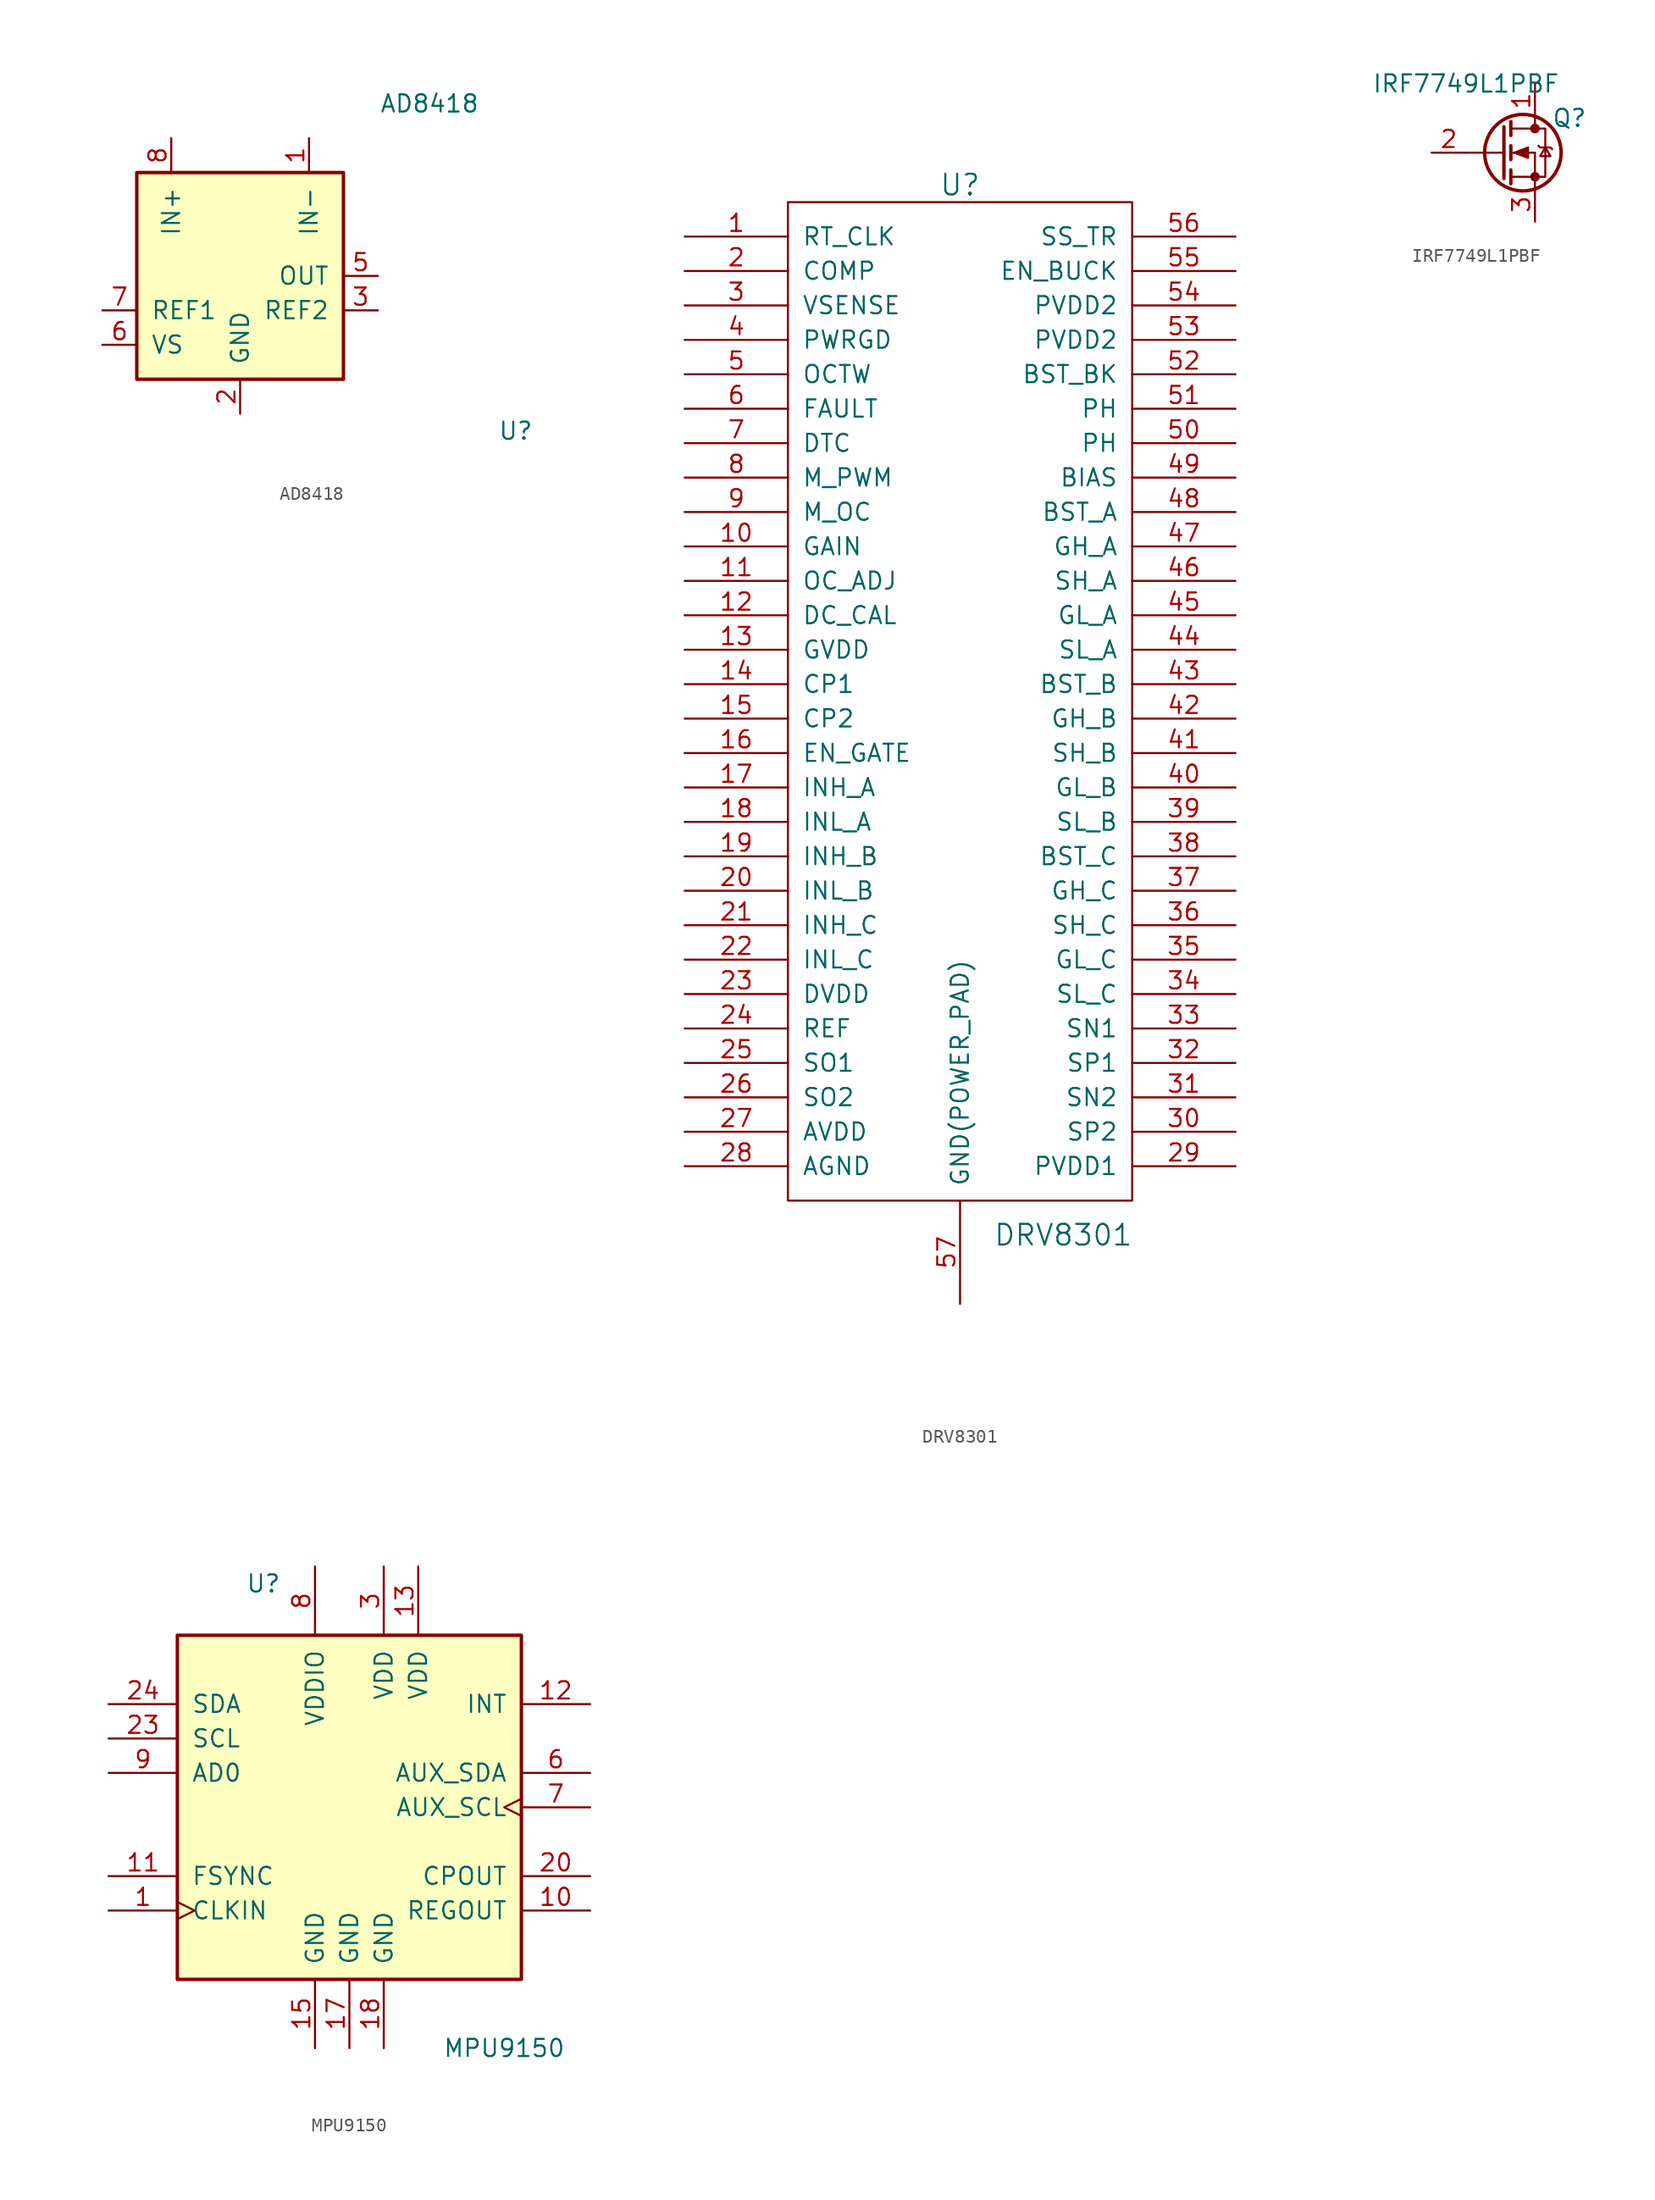
<source format=kicad_sym>
(kicad_symbol_lib
  (version 20231120)
  (generator "kicad_symbol_editor")
  (generator_version "8.0")
  (symbol "AD8418"
    (pin_names
      (offset 1.016))
    (property "Reference" "U"
      (at 20.32 -12.7 0)
      (effects (font (size 1.27 1.27))))
    (property "Value" "AD8418"
      (at 13.97 11.43 0)
      (effects (font (size 1.27 1.27))))
    (symbol "AD8418_1_1"
      (rectangle (start -7.62 6.35) (end 7.62 -8.89) (stroke (width 0.254) (type solid)) (fill (type background)))
      (pin input line (at 5.08 8.89 270) (length 2.54) (name "IN-" (effects (font (size 1.27 1.27)))) (number "1" (effects (font (size 1.27 1.27)))))
      (pin power_in line (at 0 -11.43 90) (length 2.54) (name "GND" (effects (font (size 1.27 1.27)))) (number "2" (effects (font (size 1.27 1.27)))))
      (pin input line (at 10.16 -3.81 180) (length 2.54) (name "REF2" (effects (font (size 1.27 1.27)))) (number "3" (effects (font (size 1.27 1.27)))))
      (pin no_connect line (at 2.54 -8.89 90) (length 2.54) hide (name "NC" (effects (font (size 1.27 1.27)))) (number "4" (effects (font (size 1.27 1.27)))))
      (pin output line (at 10.16 -1.27 180) (length 2.54) (name "OUT" (effects (font (size 1.27 1.27)))) (number "5" (effects (font (size 1.27 1.27)))))
      (pin power_in line (at -10.16 -6.35 0) (length 2.54) (name "VS" (effects (font (size 1.27 1.27)))) (number "6" (effects (font (size 1.27 1.27)))))
      (pin input line (at -10.16 -3.81 0) (length 2.54) (name "REF1" (effects (font (size 1.27 1.27)))) (number "7" (effects (font (size 1.27 1.27)))))
      (pin input line (at -5.08 8.89 270) (length 2.54) (name "IN+" (effects (font (size 1.27 1.27)))) (number "8" (effects (font (size 1.27 1.27)))))))
  (symbol "DRV8301"
    (pin_names
      (offset 1.016))
    (property "Reference" "U"
      (at 0 38.1 0)
      (effects (font (size 1.524 1.524))))
    (property "Value" "DRV8301"
      (at 7.62 -39.37 0)
      (effects (font (size 1.524 1.524))))
    (property "Footprint" ""
      (at 0 0 0)
      (effects (font (size 1.524 1.524))))
    (property "Datasheet" ""
      (at 0 0 0)
      (effects (font (size 1.524 1.524))))
    (symbol "DRV8301_0_1"
      (rectangle (start 12.7 -36.83) (end -12.7 36.83) (stroke (width 0) (type solid)) (fill (type none))))
    (symbol "DRV8301_1_0"
      (pin passive line (at 20.32 21.59 180) (length 7.62) (name "PH" (effects (font (size 1.27 1.27)))) (number "51" (effects (font (size 1.27 1.27))))))
    (symbol "DRV8301_1_1"
      (pin input line (at -20.32 34.29 0) (length 7.62) (name "RT_CLK" (effects (font (size 1.27 1.27)))) (number "1" (effects (font (size 1.27 1.27)))))
      (pin input line (at -20.32 11.43 0) (length 7.62) (name "GAIN" (effects (font (size 1.27 1.27)))) (number "10" (effects (font (size 1.27 1.27)))))
      (pin input line (at -20.32 8.89 0) (length 7.62) (name "OC_ADJ" (effects (font (size 1.27 1.27)))) (number "11" (effects (font (size 1.27 1.27)))))
      (pin input line (at -20.32 6.35 0) (length 7.62) (name "DC_CAL" (effects (font (size 1.27 1.27)))) (number "12" (effects (font (size 1.27 1.27)))))
      (pin power_out line (at -20.32 3.81 0) (length 7.62) (name "GVDD" (effects (font (size 1.27 1.27)))) (number "13" (effects (font (size 1.27 1.27)))))
      (pin power_out line (at -20.32 1.27 0) (length 7.62) (name "CP1" (effects (font (size 1.27 1.27)))) (number "14" (effects (font (size 1.27 1.27)))))
      (pin power_out line (at -20.32 -1.27 0) (length 7.62) (name "CP2" (effects (font (size 1.27 1.27)))) (number "15" (effects (font (size 1.27 1.27)))))
      (pin input line (at -20.32 -3.81 0) (length 7.62) (name "EN_GATE" (effects (font (size 1.27 1.27)))) (number "16" (effects (font (size 1.27 1.27)))))
      (pin input line (at -20.32 -6.35 0) (length 7.62) (name "INH_A" (effects (font (size 1.27 1.27)))) (number "17" (effects (font (size 1.27 1.27)))))
      (pin input line (at -20.32 -8.89 0) (length 7.62) (name "INL_A" (effects (font (size 1.27 1.27)))) (number "18" (effects (font (size 1.27 1.27)))))
      (pin input line (at -20.32 -11.43 0) (length 7.62) (name "INH_B" (effects (font (size 1.27 1.27)))) (number "19" (effects (font (size 1.27 1.27)))))
      (pin output line (at -20.32 31.75 0) (length 7.62) (name "COMP" (effects (font (size 1.27 1.27)))) (number "2" (effects (font (size 1.27 1.27)))))
      (pin input line (at -20.32 -13.97 0) (length 7.62) (name "INL_B" (effects (font (size 1.27 1.27)))) (number "20" (effects (font (size 1.27 1.27)))))
      (pin input line (at -20.32 -16.51 0) (length 7.62) (name "INH_C" (effects (font (size 1.27 1.27)))) (number "21" (effects (font (size 1.27 1.27)))))
      (pin input line (at -20.32 -19.05 0) (length 7.62) (name "INL_C" (effects (font (size 1.27 1.27)))) (number "22" (effects (font (size 1.27 1.27)))))
      (pin power_out line (at -20.32 -21.59 0) (length 7.62) (name "DVDD" (effects (font (size 1.27 1.27)))) (number "23" (effects (font (size 1.27 1.27)))))
      (pin input line (at -20.32 -24.13 0) (length 7.62) (name "REF" (effects (font (size 1.27 1.27)))) (number "24" (effects (font (size 1.27 1.27)))))
      (pin output line (at -20.32 -26.67 0) (length 7.62) (name "SO1" (effects (font (size 1.27 1.27)))) (number "25" (effects (font (size 1.27 1.27)))))
      (pin output line (at -20.32 -29.21 0) (length 7.62) (name "SO2" (effects (font (size 1.27 1.27)))) (number "26" (effects (font (size 1.27 1.27)))))
      (pin power_out line (at -20.32 -31.75 0) (length 7.62) (name "AVDD" (effects (font (size 1.27 1.27)))) (number "27" (effects (font (size 1.27 1.27)))))
      (pin power_in line (at -20.32 -34.29 0) (length 7.62) (name "AGND" (effects (font (size 1.27 1.27)))) (number "28" (effects (font (size 1.27 1.27)))))
      (pin power_in line (at 20.32 -34.29 180) (length 7.62) (name "PVDD1" (effects (font (size 1.27 1.27)))) (number "29" (effects (font (size 1.27 1.27)))))
      (pin input line (at -20.32 29.21 0) (length 7.62) (name "VSENSE" (effects (font (size 1.27 1.27)))) (number "3" (effects (font (size 1.27 1.27)))))
      (pin input line (at 20.32 -31.75 180) (length 7.62) (name "SP2" (effects (font (size 1.27 1.27)))) (number "30" (effects (font (size 1.27 1.27)))))
      (pin input line (at 20.32 -29.21 180) (length 7.62) (name "SN2" (effects (font (size 1.27 1.27)))) (number "31" (effects (font (size 1.27 1.27)))))
      (pin input line (at 20.32 -26.67 180) (length 7.62) (name "SP1" (effects (font (size 1.27 1.27)))) (number "32" (effects (font (size 1.27 1.27)))))
      (pin input line (at 20.32 -24.13 180) (length 7.62) (name "SN1" (effects (font (size 1.27 1.27)))) (number "33" (effects (font (size 1.27 1.27)))))
      (pin input line (at 20.32 -21.59 180) (length 7.62) (name "SL_C" (effects (font (size 1.27 1.27)))) (number "34" (effects (font (size 1.27 1.27)))))
      (pin output line (at 20.32 -19.05 180) (length 7.62) (name "GL_C" (effects (font (size 1.27 1.27)))) (number "35" (effects (font (size 1.27 1.27)))))
      (pin input line (at 20.32 -16.51 180) (length 7.62) (name "SH_C" (effects (font (size 1.27 1.27)))) (number "36" (effects (font (size 1.27 1.27)))))
      (pin output line (at 20.32 -13.97 180) (length 7.62) (name "GH_C" (effects (font (size 1.27 1.27)))) (number "37" (effects (font (size 1.27 1.27)))))
      (pin power_out line (at 20.32 -11.43 180) (length 7.62) (name "BST_C" (effects (font (size 1.27 1.27)))) (number "38" (effects (font (size 1.27 1.27)))))
      (pin input line (at 20.32 -8.89 180) (length 7.62) (name "SL_B" (effects (font (size 1.27 1.27)))) (number "39" (effects (font (size 1.27 1.27)))))
      (pin input line (at -20.32 26.67 0) (length 7.62) (name "PWRGD" (effects (font (size 1.27 1.27)))) (number "4" (effects (font (size 1.27 1.27)))))
      (pin output line (at 20.32 -6.35 180) (length 7.62) (name "GL_B" (effects (font (size 1.27 1.27)))) (number "40" (effects (font (size 1.27 1.27)))))
      (pin input line (at 20.32 -3.81 180) (length 7.62) (name "SH_B" (effects (font (size 1.27 1.27)))) (number "41" (effects (font (size 1.27 1.27)))))
      (pin output line (at 20.32 -1.27 180) (length 7.62) (name "GH_B" (effects (font (size 1.27 1.27)))) (number "42" (effects (font (size 1.27 1.27)))))
      (pin power_out line (at 20.32 1.27 180) (length 7.62) (name "BST_B" (effects (font (size 1.27 1.27)))) (number "43" (effects (font (size 1.27 1.27)))))
      (pin input line (at 20.32 3.81 180) (length 7.62) (name "SL_A" (effects (font (size 1.27 1.27)))) (number "44" (effects (font (size 1.27 1.27)))))
      (pin output line (at 20.32 6.35 180) (length 7.62) (name "GL_A" (effects (font (size 1.27 1.27)))) (number "45" (effects (font (size 1.27 1.27)))))
      (pin input line (at 20.32 8.89 180) (length 7.62) (name "SH_A" (effects (font (size 1.27 1.27)))) (number "46" (effects (font (size 1.27 1.27)))))
      (pin output line (at 20.32 11.43 180) (length 7.62) (name "GH_A" (effects (font (size 1.27 1.27)))) (number "47" (effects (font (size 1.27 1.27)))))
      (pin power_out line (at 20.32 13.97 180) (length 7.62) (name "BST_A" (effects (font (size 1.27 1.27)))) (number "48" (effects (font (size 1.27 1.27)))))
      (pin input line (at 20.32 16.51 180) (length 7.62) (name "BIAS" (effects (font (size 1.27 1.27)))) (number "49" (effects (font (size 1.27 1.27)))))
      (pin output line (at -20.32 24.13 0) (length 7.62) (name "OCTW" (effects (font (size 1.27 1.27)))) (number "5" (effects (font (size 1.27 1.27)))))
      (pin output line (at 20.32 19.05 180) (length 7.62) (name "PH" (effects (font (size 1.27 1.27)))) (number "50" (effects (font (size 1.27 1.27)))))
      (pin power_out line (at 20.32 24.13 180) (length 7.62) (name "BST_BK" (effects (font (size 1.27 1.27)))) (number "52" (effects (font (size 1.27 1.27)))))
      (pin power_in line (at 20.32 26.67 180) (length 7.62) (name "PVDD2" (effects (font (size 1.27 1.27)))) (number "53" (effects (font (size 1.27 1.27)))))
      (pin power_in line (at 20.32 29.21 180) (length 7.62) (name "PVDD2" (effects (font (size 1.27 1.27)))) (number "54" (effects (font (size 1.27 1.27)))))
      (pin input line (at 20.32 31.75 180) (length 7.62) (name "EN_BUCK" (effects (font (size 1.27 1.27)))) (number "55" (effects (font (size 1.27 1.27)))))
      (pin input line (at 20.32 34.29 180) (length 7.62) (name "SS_TR" (effects (font (size 1.27 1.27)))) (number "56" (effects (font (size 1.27 1.27)))))
      (pin power_in line (at 0 -44.45 90) (length 7.62) (name "GND(POWER_PAD)" (effects (font (size 1.27 1.27)))) (number "57" (effects (font (size 1.27 1.27)))))
      (pin output line (at -20.32 21.59 0) (length 7.62) (name "FAULT" (effects (font (size 1.27 1.27)))) (number "6" (effects (font (size 1.27 1.27)))))
      (pin input line (at -20.32 19.05 0) (length 7.62) (name "DTC" (effects (font (size 1.27 1.27)))) (number "7" (effects (font (size 1.27 1.27)))))
      (pin input line (at -20.32 16.51 0) (length 7.62) (name "M_PWM" (effects (font (size 1.27 1.27)))) (number "8" (effects (font (size 1.27 1.27)))))
      (pin input line (at -20.32 13.97 0) (length 7.62) (name "M_OC" (effects (font (size 1.27 1.27)))) (number "9" (effects (font (size 1.27 1.27)))))))
  (symbol "IRF7749L1PBF"
    (pin_names
      (offset 0) hide)
    (property "Reference" "Q"
      (at 2.54 2.54 0)
      (effects (font (size 1.27 1.27))))
    (property "Value" "IRF7749L1PBF"
      (at -5.08 5.08 0)
      (effects (font (size 1.27 1.27))))
    (symbol "IRF7749L1PBF_1_1"
      (circle (center -0.889 0) (radius 2.819) (stroke (width 0.254) (type solid)) (fill (type none)))
      (circle (center 0 -1.778) (radius 0.279) (stroke (width 0) (type solid)) (fill (type outline)))
      (polyline (pts (xy -5.08 0) (xy -2.286 0)) (stroke (width 0) (type solid)) (fill (type none)))
      (polyline (pts (xy -1.778 -1.778) (xy 0 -1.778)) (stroke (width 0) (type solid)) (fill (type none)))
      (polyline (pts (xy -1.778 -1.27) (xy -1.778 -2.286)) (stroke (width 0.254) (type solid)) (fill (type none)))
      (polyline (pts (xy -1.778 0) (xy 0 0)) (stroke (width 0) (type solid)) (fill (type none)))
      (polyline (pts (xy -1.778 0.508) (xy -1.778 -0.508)) (stroke (width 0.254) (type solid)) (fill (type none)))
      (polyline (pts (xy -1.778 1.778) (xy 0 1.778)) (stroke (width 0) (type solid)) (fill (type none)))
      (polyline (pts (xy -1.778 2.286) (xy -1.778 1.27)) (stroke (width 0.254) (type solid)) (fill (type none)))
      (polyline (pts (xy 0 -1.778) (xy 0 -2.54)) (stroke (width 0) (type solid)) (fill (type none)))
      (polyline (pts (xy 0 -1.778) (xy 0 0)) (stroke (width 0) (type solid)) (fill (type none)))
      (polyline (pts (xy 0 2.54) (xy 0 1.778)) (stroke (width 0) (type solid)) (fill (type none)))
      (polyline (pts (xy -2.286 1.905) (xy -2.286 -1.905) (xy -2.286 -1.905)) (stroke (width 0.254) (type solid)) (fill (type none)))
      (polyline (pts (xy -1.524 0) (xy -0.508 0.381) (xy -0.508 -0.381) (xy -1.524 0)) (stroke (width 0) (type solid)) (fill (type outline)))
      (polyline (pts (xy 0 -1.778) (xy 0.762 -1.778) (xy 0.762 1.778) (xy 0 1.778)) (stroke (width 0) (type solid)) (fill (type none)))
      (polyline (pts (xy 0.254 0.508) (xy 0.381 0.381) (xy 1.143 0.381) (xy 1.27 0.254)) (stroke (width 0) (type solid)) (fill (type none)))
      (polyline (pts (xy 0.762 0.381) (xy 0.381 -0.254) (xy 1.143 -0.254) (xy 0.762 0.381)) (stroke (width 0) (type solid)) (fill (type none)))
      (circle (center 0 1.778) (radius 0.279) (stroke (width 0) (type solid)) (fill (type outline)))
      (pin passive line (at 0 5.08 270) (length 2.54) (name "D" (effects (font (size 1.27 1.27)))) (number "1" (effects (font (size 1.27 1.27)))))
      (pin input line (at -7.62 0 0) (length 2.54) (name "G" (effects (font (size 1.27 1.27)))) (number "2" (effects (font (size 1.27 1.27)))))
      (pin passive line (at 0 -5.08 90) (length 2.54) (name "S" (effects (font (size 1.27 1.27)))) (number "3" (effects (font (size 1.27 1.27)))))))
  (symbol "MPU9150"
    (pin_names
      (offset 1.016))
    (property "Reference" "U"
      (at -6.35 12.7 0)
      (effects (font (size 1.27 1.27))))
    (property "Value" "MPU9150"
      (at 11.43 -21.59 0)
      (effects (font (size 1.27 1.27))))
    (symbol "MPU9150_1_1"
      (rectangle (start -12.7 8.89) (end 12.7 -16.51) (stroke (width 0.254) (type solid)) (fill (type background)))
      (pin input clock (at -17.78 -11.43 0) (length 5.08) (name "CLKIN" (effects (font (size 1.27 1.27)))) (number "1" (effects (font (size 1.27 1.27)))))
      (pin passive line (at 17.78 -11.43 180) (length 5.08) (name "REGOUT" (effects (font (size 1.27 1.27)))) (number "10" (effects (font (size 1.27 1.27)))))
      (pin input line (at -17.78 -8.89 0) (length 5.08) (name "FSYNC" (effects (font (size 1.27 1.27)))) (number "11" (effects (font (size 1.27 1.27)))))
      (pin output line (at 17.78 3.81 180) (length 5.08) (name "INT" (effects (font (size 1.27 1.27)))) (number "12" (effects (font (size 1.27 1.27)))))
      (pin power_in line (at 5.08 13.97 270) (length 5.08) (name "VDD" (effects (font (size 1.27 1.27)))) (number "13" (effects (font (size 1.27 1.27)))))
      (pin power_in line (at -2.54 -21.59 90) (length 5.08) (name "GND" (effects (font (size 1.27 1.27)))) (number "15" (effects (font (size 1.27 1.27)))))
      (pin power_in line (at 0 -21.59 90) (length 5.08) (name "GND" (effects (font (size 1.27 1.27)))) (number "17" (effects (font (size 1.27 1.27)))))
      (pin power_in line (at 2.54 -21.59 90) (length 5.08) (name "GND" (effects (font (size 1.27 1.27)))) (number "18" (effects (font (size 1.27 1.27)))))
      (pin passive line (at 17.78 -8.89 180) (length 5.08) (name "CPOUT" (effects (font (size 1.27 1.27)))) (number "20" (effects (font (size 1.27 1.27)))))
      (pin input line (at -17.78 1.27 0) (length 5.08) (name "SCL" (effects (font (size 1.27 1.27)))) (number "23" (effects (font (size 1.27 1.27)))))
      (pin bidirectional line (at -17.78 3.81 0) (length 5.08) (name "SDA" (effects (font (size 1.27 1.27)))) (number "24" (effects (font (size 1.27 1.27)))))
      (pin power_in line (at 2.54 13.97 270) (length 5.08) (name "VDD" (effects (font (size 1.27 1.27)))) (number "3" (effects (font (size 1.27 1.27)))))
      (pin bidirectional line (at 17.78 -1.27 180) (length 5.08) (name "AUX_SDA" (effects (font (size 1.27 1.27)))) (number "6" (effects (font (size 1.27 1.27)))))
      (pin output clock (at 17.78 -3.81 180) (length 5.08) (name "AUX_SCL" (effects (font (size 1.27 1.27)))) (number "7" (effects (font (size 1.27 1.27)))))
      (pin power_in line (at -2.54 13.97 270) (length 5.08) (name "VDDIO" (effects (font (size 1.27 1.27)))) (number "8" (effects (font (size 1.27 1.27)))))
      (pin input line (at -17.78 -1.27 0) (length 5.08) (name "AD0" (effects (font (size 1.27 1.27)))) (number "9" (effects (font (size 1.27 1.27))))))))
</source>
